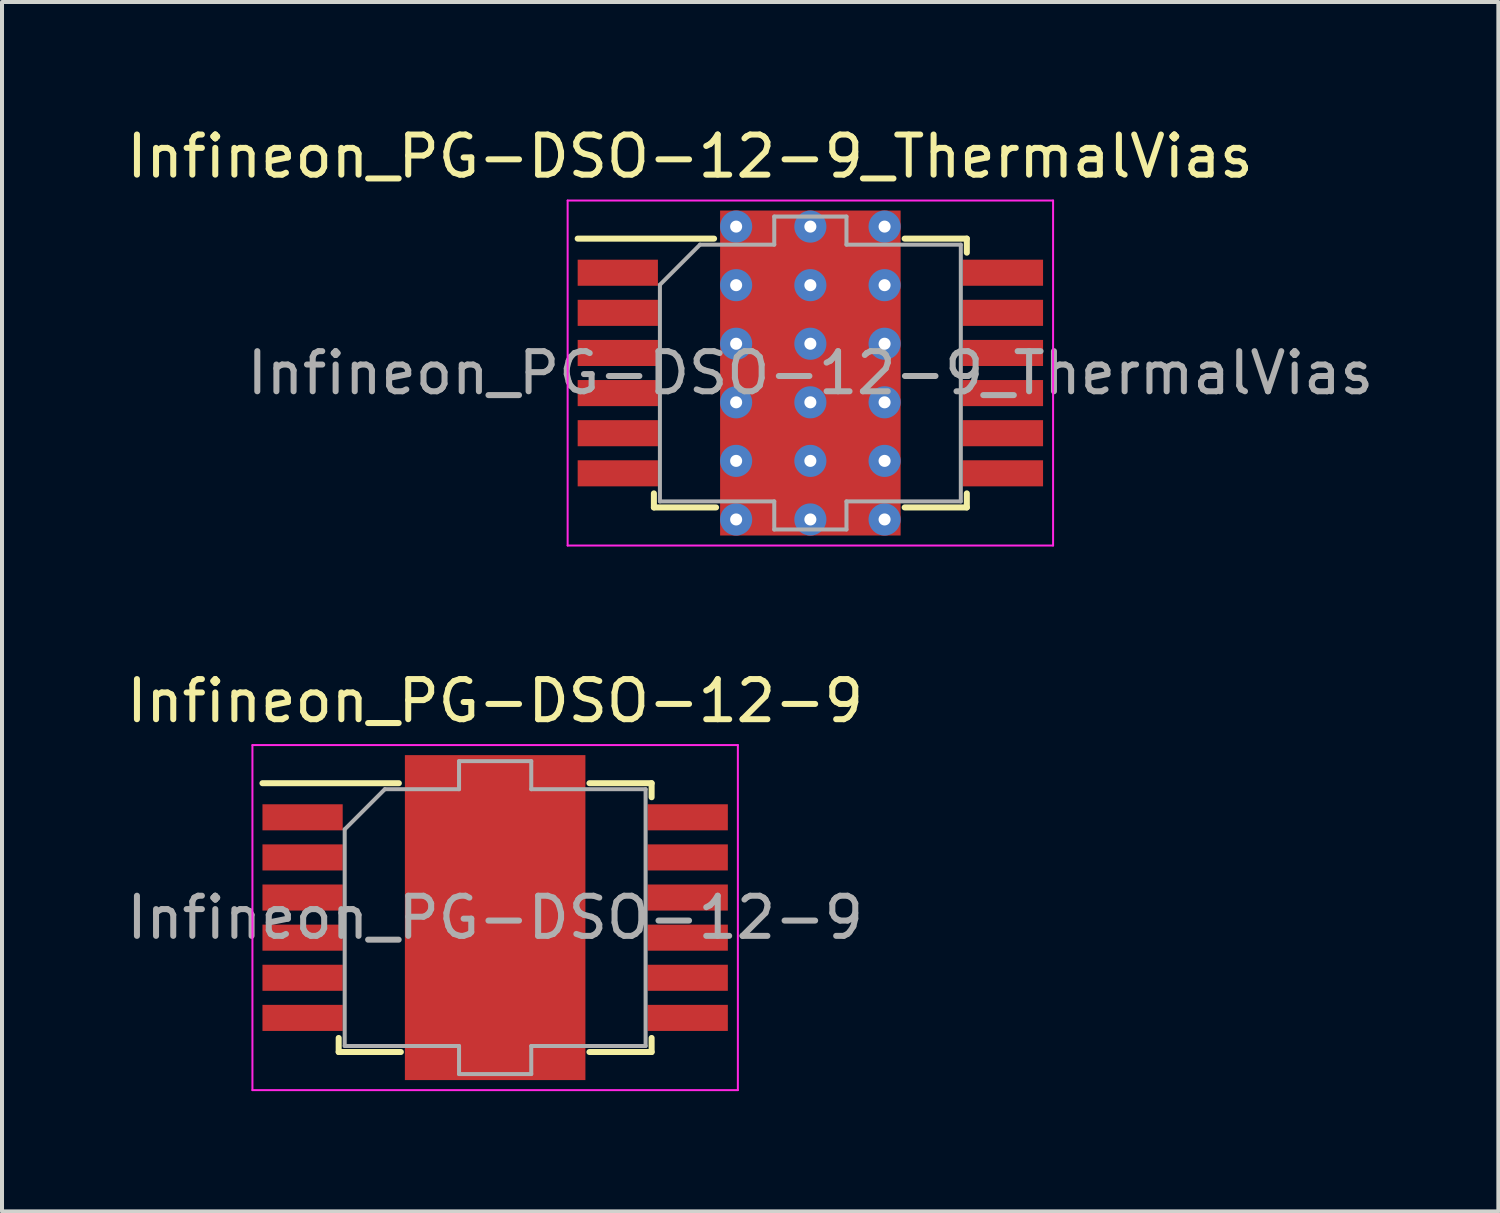
<source format=kicad_pcb>
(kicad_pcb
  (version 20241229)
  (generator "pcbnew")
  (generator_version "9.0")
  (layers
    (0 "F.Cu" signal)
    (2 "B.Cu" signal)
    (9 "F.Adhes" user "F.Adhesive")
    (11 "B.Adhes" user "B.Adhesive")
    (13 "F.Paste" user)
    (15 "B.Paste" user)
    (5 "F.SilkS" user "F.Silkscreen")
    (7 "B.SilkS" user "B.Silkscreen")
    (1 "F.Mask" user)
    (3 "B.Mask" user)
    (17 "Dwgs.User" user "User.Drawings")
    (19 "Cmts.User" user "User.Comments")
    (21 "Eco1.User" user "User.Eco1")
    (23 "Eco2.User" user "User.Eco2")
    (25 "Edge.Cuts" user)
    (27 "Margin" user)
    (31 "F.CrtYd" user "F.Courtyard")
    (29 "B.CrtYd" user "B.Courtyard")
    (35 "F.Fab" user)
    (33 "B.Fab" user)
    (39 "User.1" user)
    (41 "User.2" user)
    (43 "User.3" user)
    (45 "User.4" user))
  (footprint "Infineon_PG-DSO-12-9"
    (layer "F.Cu")
    (at 9.292 19.822)
    (property "Reference" "Infineon_PG-DSO-12-9" (at 0 -5.4 0) (layer "F.SilkS") (effects (font (size 1 1) (thickness 0.15))))
    (attr through_hole)
    (fp_line (start -5.8 -3.35) (end -2.4 -3.35) (stroke (width 0.15) (type solid)) (layer "F.SilkS"))
    (fp_line (start -3.9 3) (end -3.9 3.35) (stroke (width 0.15) (type solid)) (layer "F.SilkS"))
    (fp_line (start -3.9 3.35) (end -2.35 3.35) (stroke (width 0.15) (type solid)) (layer "F.SilkS"))
    (fp_line (start 3.9 -3.35) (end 2.35 -3.35) (stroke (width 0.15) (type solid)) (layer "F.SilkS"))
    (fp_line (start 3.9 -3) (end 3.9 -3.35) (stroke (width 0.15) (type solid)) (layer "F.SilkS"))
    (fp_line (start 3.9 3) (end 3.9 3.35) (stroke (width 0.15) (type solid)) (layer "F.SilkS"))
    (fp_line (start 3.9 3.35) (end 2.35 3.35) (stroke (width 0.15) (type solid)) (layer "F.SilkS"))
    (fp_line (start -6.05 -4.3) (end 6.05 -4.3) (stroke (width 0.05) (type solid)) (layer "F.CrtYd"))
    (fp_line (start -6.05 4.3) (end -6.05 -4.3) (stroke (width 0.05) (type solid)) (layer "F.CrtYd"))
    (fp_line (start 6.05 -4.3) (end 6.05 4.3) (stroke (width 0.05) (type solid)) (layer "F.CrtYd"))
    (fp_line (start 6.05 4.3) (end -6.05 4.3) (stroke (width 0.05) (type solid)) (layer "F.CrtYd"))
    (fp_line (start -3.75 3.2) (end -3.75 -2.2) (stroke (width 0.1) (type solid)) (layer "F.Fab"))
    (fp_line (start -2.75 -3.2) (end -3.75 -2.2) (stroke (width 0.1) (type solid)) (layer "F.Fab"))
    (fp_line (start -2.75 -3.2) (end -0.9 -3.2) (stroke (width 0.1) (type solid)) (layer "F.Fab"))
    (fp_line (start -0.9 -3.9) (end 0.9 -3.9) (stroke (width 0.1) (type solid)) (layer "F.Fab"))
    (fp_line (start -0.9 -3.2) (end -0.9 -3.9) (stroke (width 0.1) (type solid)) (layer "F.Fab"))
    (fp_line (start -0.9 3.2) (end -3.75 3.2) (stroke (width 0.1) (type solid)) (layer "F.Fab"))
    (fp_line (start -0.9 3.9) (end -0.9 3.2) (stroke (width 0.1) (type solid)) (layer "F.Fab"))
    (fp_line (start 0.9 -3.9) (end 0.9 -3.2) (stroke (width 0.1) (type solid)) (layer "F.Fab"))
    (fp_line (start 0.9 -3.2) (end 3.75 -3.2) (stroke (width 0.1) (type solid)) (layer "F.Fab"))
    (fp_line (start 0.9 3.2) (end 0.9 3.9) (stroke (width 0.1) (type solid)) (layer "F.Fab"))
    (fp_line (start 0.9 3.9) (end -0.9 3.9) (stroke (width 0.1) (type solid)) (layer "F.Fab"))
    (fp_line (start 3.75 -3.2) (end 3.75 3.2) (stroke (width 0.1) (type solid)) (layer "F.Fab"))
    (fp_line (start 3.75 3.2) (end 0.9 3.2) (stroke (width 0.1) (type solid)) (layer "F.Fab"))
    (fp_text user "${REFERENCE}" (at 0 0 0) (layer "F.Fab") (effects (font (size 1 1) (thickness 0.15))))
    (pad "" smd rect (at -1.125 -2.92) (size 1.95 1.16) (layers "F.Paste"))
    (pad "" smd rect (at -1.125 -1.46) (size 1.95 1.16) (layers "F.Paste"))
    (pad "" smd rect (at -1.125 0) (size 1.95 1.16) (layers "F.Paste"))
    (pad "" smd rect (at -1.125 1.46) (size 1.95 1.16) (layers "F.Paste"))
    (pad "" smd rect (at -1.125 2.92) (size 1.95 1.16) (layers "F.Paste"))
    (pad "" smd rect (at 1.125 -2.92) (size 1.95 1.16) (layers "F.Paste"))
    (pad "" smd rect (at 1.125 -1.46) (size 1.95 1.16) (layers "F.Paste"))
    (pad "" smd rect (at 1.125 0) (size 1.95 1.16) (layers "F.Paste"))
    (pad "" smd rect (at 1.125 1.46) (size 1.95 1.16) (layers "F.Paste"))
    (pad "" smd rect (at 1.125 2.92) (size 1.95 1.16) (layers "F.Paste"))
    (pad "1" smd rect (at -4.8 -2.5) (size 2 0.65) (layers "F.Cu" "F.Mask" "F.Paste"))
    (pad "2" smd rect (at -4.8 -1.5) (size 2 0.65) (layers "F.Cu" "F.Mask" "F.Paste"))
    (pad "3" smd rect (at -4.8 -0.5) (size 2 0.65) (layers "F.Cu" "F.Mask" "F.Paste"))
    (pad "4" smd rect (at -4.8 0.5) (size 2 0.65) (layers "F.Cu" "F.Mask" "F.Paste"))
    (pad "5" smd rect (at -4.8 1.5) (size 2 0.65) (layers "F.Cu" "F.Mask" "F.Paste"))
    (pad "6" smd rect (at -4.8 2.5) (size 2 0.65) (layers "F.Cu" "F.Mask" "F.Paste"))
    (pad "7" smd rect (at 4.8 2.5) (size 2 0.65) (layers "F.Cu" "F.Mask" "F.Paste"))
    (pad "8" smd rect (at 4.8 1.5) (size 2 0.65) (layers "F.Cu" "F.Mask" "F.Paste"))
    (pad "9" smd rect (at 4.8 0.5) (size 2 0.65) (layers "F.Cu" "F.Mask" "F.Paste"))
    (pad "10" smd rect (at 4.8 -0.5) (size 2 0.65) (layers "F.Cu" "F.Mask" "F.Paste"))
    (pad "11" smd rect (at 4.8 -1.5) (size 2 0.65) (layers "F.Cu" "F.Mask" "F.Paste"))
    (pad "12" smd rect (at 4.8 -2.5) (size 2 0.65) (layers "F.Cu" "F.Mask" "F.Paste"))
    (pad "13" smd rect (at 0 0) (size 4.5 8.1) (layers "F.Cu" "F.Mask")))
  (footprint "Infineon_PG-DSO-12-9_ThermalVias"
    (layer "F.Cu")
    (at 17.149 6.248)
    (property "Reference" "Infineon_PG-DSO-12-9_ThermalVias" (at -3 -5.4 0) (layer "F.SilkS") (effects (font (size 1 1) (thickness 0.15))))
    (attr through_hole)
    (fp_line (start -5.8 -3.35) (end -2.4 -3.35) (stroke (width 0.15) (type solid)) (layer "F.SilkS"))
    (fp_line (start -3.9 3) (end -3.9 3.35) (stroke (width 0.15) (type solid)) (layer "F.SilkS"))
    (fp_line (start -3.9 3.35) (end -2.35 3.35) (stroke (width 0.15) (type solid)) (layer "F.SilkS"))
    (fp_line (start 3.9 -3.35) (end 2.35 -3.35) (stroke (width 0.15) (type solid)) (layer "F.SilkS"))
    (fp_line (start 3.9 -3) (end 3.9 -3.35) (stroke (width 0.15) (type solid)) (layer "F.SilkS"))
    (fp_line (start 3.9 3) (end 3.9 3.35) (stroke (width 0.15) (type solid)) (layer "F.SilkS"))
    (fp_line (start 3.9 3.35) (end 2.35 3.35) (stroke (width 0.15) (type solid)) (layer "F.SilkS"))
    (fp_line (start -6.05 -4.3) (end 6.05 -4.3) (stroke (width 0.05) (type solid)) (layer "F.CrtYd"))
    (fp_line (start -6.05 4.3) (end -6.05 -4.3) (stroke (width 0.05) (type solid)) (layer "F.CrtYd"))
    (fp_line (start 6.05 -4.3) (end 6.05 4.3) (stroke (width 0.05) (type solid)) (layer "F.CrtYd"))
    (fp_line (start 6.05 4.3) (end -6.05 4.3) (stroke (width 0.05) (type solid)) (layer "F.CrtYd"))
    (fp_line (start -3.75 3.2) (end -3.75 -2.2) (stroke (width 0.1) (type solid)) (layer "F.Fab"))
    (fp_line (start -2.75 -3.2) (end -3.75 -2.2) (stroke (width 0.1) (type solid)) (layer "F.Fab"))
    (fp_line (start -2.75 -3.2) (end -0.9 -3.2) (stroke (width 0.1) (type solid)) (layer "F.Fab"))
    (fp_line (start -0.9 -3.9) (end 0.9 -3.9) (stroke (width 0.1) (type solid)) (layer "F.Fab"))
    (fp_line (start -0.9 -3.2) (end -0.9 -3.9) (stroke (width 0.1) (type solid)) (layer "F.Fab"))
    (fp_line (start -0.9 3.2) (end -3.75 3.2) (stroke (width 0.1) (type solid)) (layer "F.Fab"))
    (fp_line (start -0.9 3.9) (end -0.9 3.2) (stroke (width 0.1) (type solid)) (layer "F.Fab"))
    (fp_line (start 0.9 -3.9) (end 0.9 -3.2) (stroke (width 0.1) (type solid)) (layer "F.Fab"))
    (fp_line (start 0.9 -3.2) (end 3.75 -3.2) (stroke (width 0.1) (type solid)) (layer "F.Fab"))
    (fp_line (start 0.9 3.2) (end 0.9 3.9) (stroke (width 0.1) (type solid)) (layer "F.Fab"))
    (fp_line (start 0.9 3.9) (end -0.9 3.9) (stroke (width 0.1) (type solid)) (layer "F.Fab"))
    (fp_line (start 3.75 -3.2) (end 3.75 3.2) (stroke (width 0.1) (type solid)) (layer "F.Fab"))
    (fp_line (start 3.75 3.2) (end 0.9 3.2) (stroke (width 0.1) (type solid)) (layer "F.Fab"))
    (fp_text user "${REFERENCE}" (at 0 0 0) (layer "F.Fab") (effects (font (size 1 1) (thickness 0.15))))
    (pad "" smd rect (at -0.925 -2.92) (size 1.55 1.16) (layers "F.Paste"))
    (pad "" smd rect (at -0.925 -1.46) (size 1.55 1.16) (layers "F.Paste"))
    (pad "" smd rect (at -0.925 0) (size 1.55 1.16) (layers "F.Paste"))
    (pad "" smd rect (at -0.925 1.46) (size 1.55 1.16) (layers "F.Paste"))
    (pad "" smd rect (at -0.925 2.92) (size 1.55 1.16) (layers "F.Paste"))
    (pad "" smd rect (at 0.925 -2.92) (size 1.55 1.16) (layers "F.Paste"))
    (pad "" smd rect (at 0.925 -1.46) (size 1.55 1.16) (layers "F.Paste"))
    (pad "" smd rect (at 0.925 0) (size 1.55 1.16) (layers "F.Paste"))
    (pad "" smd rect (at 0.925 1.46) (size 1.55 1.16) (layers "F.Paste"))
    (pad "" smd rect (at 0.925 2.92) (size 1.55 1.16) (layers "F.Paste"))
    (pad "1" smd rect (at -4.8 -2.5) (size 2 0.65) (layers "F.Cu" "F.Mask" "F.Paste"))
    (pad "2" smd rect (at -4.8 -1.5) (size 2 0.65) (layers "F.Cu" "F.Mask" "F.Paste"))
    (pad "3" smd rect (at -4.8 -0.5) (size 2 0.65) (layers "F.Cu" "F.Mask" "F.Paste"))
    (pad "4" smd rect (at -4.8 0.5) (size 2 0.65) (layers "F.Cu" "F.Mask" "F.Paste"))
    (pad "5" smd rect (at -4.8 1.5) (size 2 0.65) (layers "F.Cu" "F.Mask" "F.Paste"))
    (pad "6" smd rect (at -4.8 2.5) (size 2 0.65) (layers "F.Cu" "F.Mask" "F.Paste"))
    (pad "7" smd rect (at 4.8 2.5) (size 2 0.65) (layers "F.Cu" "F.Mask" "F.Paste"))
    (pad "8" smd rect (at 4.8 1.5) (size 2 0.65) (layers "F.Cu" "F.Mask" "F.Paste"))
    (pad "9" smd rect (at 4.8 0.5) (size 2 0.65) (layers "F.Cu" "F.Mask" "F.Paste"))
    (pad "10" smd rect (at 4.8 -0.5) (size 2 0.65) (layers "F.Cu" "F.Mask" "F.Paste"))
    (pad "11" smd rect (at 4.8 -1.5) (size 2 0.65) (layers "F.Cu" "F.Mask" "F.Paste"))
    (pad "12" smd rect (at 4.8 -2.5) (size 2 0.65) (layers "F.Cu" "F.Mask" "F.Paste"))
    (pad "13" thru_hole circle (at -1.85 -3.65) (size 0.8 0.8) (drill 0.3) (layers "*.Cu"))
    (pad "13" thru_hole circle (at -1.85 -2.19) (size 0.8 0.8) (drill 0.3) (layers "*.Cu"))
    (pad "13" thru_hole circle (at -1.85 -0.73) (size 0.8 0.8) (drill 0.3) (layers "*.Cu"))
    (pad "13" thru_hole circle (at -1.85 0.73) (size 0.8 0.8) (drill 0.3) (layers "*.Cu"))
    (pad "13" thru_hole circle (at -1.85 2.19) (size 0.8 0.8) (drill 0.3) (layers "*.Cu"))
    (pad "13" thru_hole circle (at -1.85 3.65) (size 0.8 0.8) (drill 0.3) (layers "*.Cu"))
    (pad "13" thru_hole circle (at 0 -3.65) (size 0.8 0.8) (drill 0.3) (layers "*.Cu"))
    (pad "13" thru_hole circle (at 0 -2.19) (size 0.8 0.8) (drill 0.3) (layers "*.Cu"))
    (pad "13" thru_hole circle (at 0 -0.73) (size 0.8 0.8) (drill 0.3) (layers "*.Cu"))
    (pad "13" smd rect (at 0 0) (size 4.5 8.1) (layers "F.Cu" "F.Mask"))
    (pad "13" thru_hole circle (at 0 0.73) (size 0.8 0.8) (drill 0.3) (layers "*.Cu"))
    (pad "13" thru_hole circle (at 0 2.19) (size 0.8 0.8) (drill 0.3) (layers "*.Cu"))
    (pad "13" thru_hole circle (at 0 3.65) (size 0.8 0.8) (drill 0.3) (layers "*.Cu"))
    (pad "13" thru_hole circle (at 1.85 -3.65) (size 0.8 0.8) (drill 0.3) (layers "*.Cu"))
    (pad "13" thru_hole circle (at 1.85 -2.19) (size 0.8 0.8) (drill 0.3) (layers "*.Cu"))
    (pad "13" thru_hole circle (at 1.85 -0.73) (size 0.8 0.8) (drill 0.3) (layers "*.Cu"))
    (pad "13" thru_hole circle (at 1.85 0.73) (size 0.8 0.8) (drill 0.3) (layers "*.Cu"))
    (pad "13" thru_hole circle (at 1.85 2.19) (size 0.8 0.8) (drill 0.3) (layers "*.Cu"))
    (pad "13" thru_hole circle (at 1.85 3.65) (size 0.8 0.8) (drill 0.3) (layers "*.Cu")))
  (gr_rect
    (start -3 -3)
    (end 34.298 27.146)
    (stroke (width 0.1) (type default))
    (fill no)
    (layer "Edge.Cuts")))
</source>
